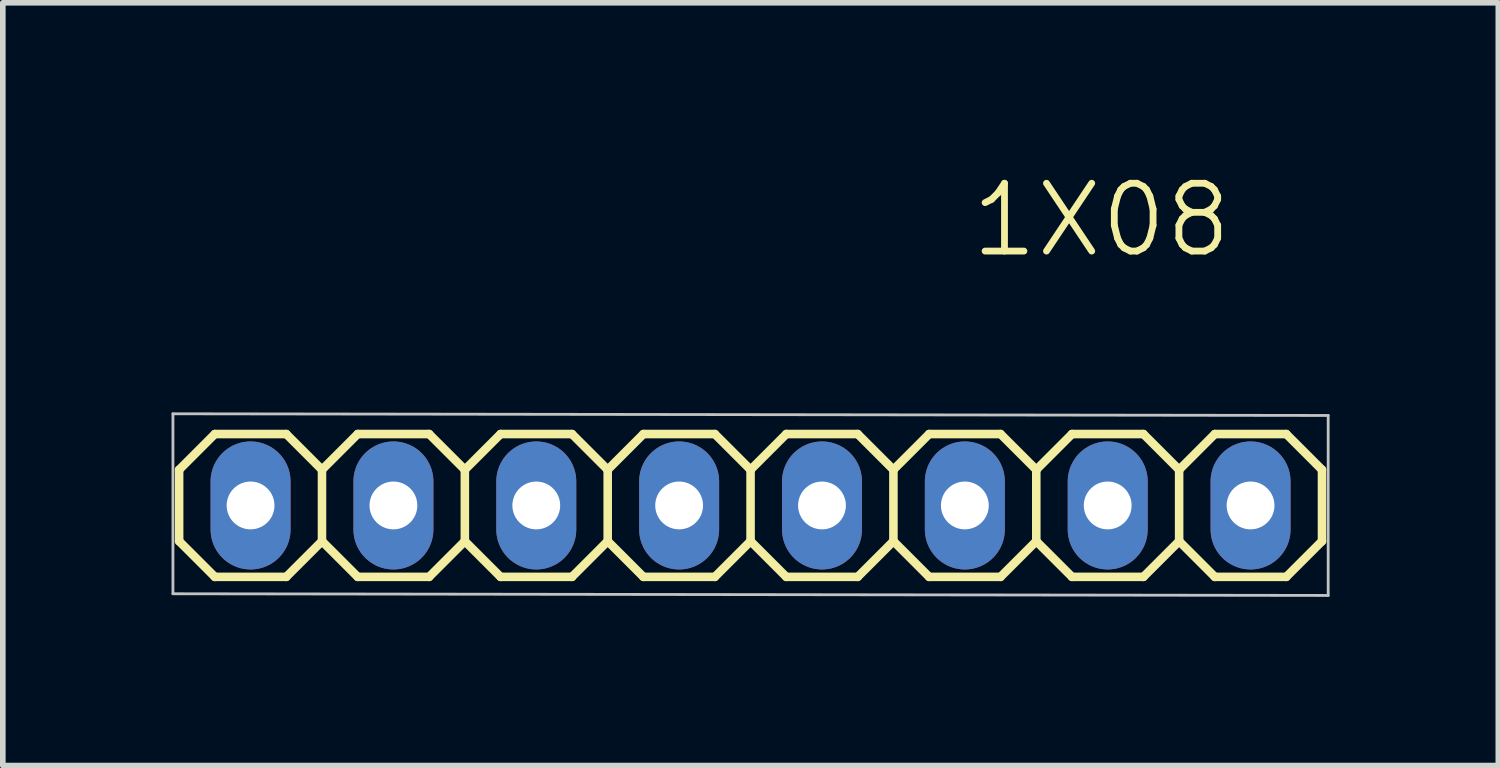
<source format=kicad_pcb>
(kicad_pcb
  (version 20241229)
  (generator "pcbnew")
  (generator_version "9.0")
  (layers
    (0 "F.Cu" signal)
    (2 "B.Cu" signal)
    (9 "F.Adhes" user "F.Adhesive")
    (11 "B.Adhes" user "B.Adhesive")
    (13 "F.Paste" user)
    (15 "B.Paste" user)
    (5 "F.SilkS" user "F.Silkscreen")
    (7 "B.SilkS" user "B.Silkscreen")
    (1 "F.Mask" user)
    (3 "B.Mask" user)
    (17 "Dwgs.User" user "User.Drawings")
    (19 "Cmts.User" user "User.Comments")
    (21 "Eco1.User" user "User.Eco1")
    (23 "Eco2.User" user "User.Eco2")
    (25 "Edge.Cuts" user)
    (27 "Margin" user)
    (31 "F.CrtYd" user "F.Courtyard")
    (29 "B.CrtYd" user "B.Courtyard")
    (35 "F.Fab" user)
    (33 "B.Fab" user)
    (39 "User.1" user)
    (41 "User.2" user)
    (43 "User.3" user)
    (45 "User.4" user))
  (footprint "1X08"
    (layer "F.Cu")
    (at 10.295 5.937)
    (property "Reference" "1X08" (at 3.861 -4.369 0) (layer "F.SilkS") (effects (font (size 1.206 1.206) (thickness 0.121)) (justify left bottom)))
    (attr through_hole)
    (fp_line (start -10.16 -0.635) (end -10.16 0.635) (stroke (width 0.152) (type solid)) (layer "F.SilkS"))
    (fp_line (start -10.16 0.635) (end -9.525 1.27) (stroke (width 0.152) (type solid)) (layer "F.SilkS"))
    (fp_line (start -9.525 -1.27) (end -10.16 -0.635) (stroke (width 0.152) (type solid)) (layer "F.SilkS"))
    (fp_line (start -9.525 -1.27) (end -8.255 -1.27) (stroke (width 0.152) (type solid)) (layer "F.SilkS"))
    (fp_line (start -8.255 -1.27) (end -7.62 -0.635) (stroke (width 0.152) (type solid)) (layer "F.SilkS"))
    (fp_line (start -8.255 1.27) (end -9.525 1.27) (stroke (width 0.152) (type solid)) (layer "F.SilkS"))
    (fp_line (start -7.62 -0.635) (end -7.62 0.635) (stroke (width 0.152) (type solid)) (layer "F.SilkS"))
    (fp_line (start -7.62 -0.635) (end -6.985 -1.27) (stroke (width 0.152) (type solid)) (layer "F.SilkS"))
    (fp_line (start -7.62 0.635) (end -8.255 1.27) (stroke (width 0.152) (type solid)) (layer "F.SilkS"))
    (fp_line (start -6.985 -1.27) (end -5.715 -1.27) (stroke (width 0.152) (type solid)) (layer "F.SilkS"))
    (fp_line (start -6.985 1.27) (end -7.62 0.635) (stroke (width 0.152) (type solid)) (layer "F.SilkS"))
    (fp_line (start -5.715 -1.27) (end -5.08 -0.635) (stroke (width 0.152) (type solid)) (layer "F.SilkS"))
    (fp_line (start -5.715 1.27) (end -6.985 1.27) (stroke (width 0.152) (type solid)) (layer "F.SilkS"))
    (fp_line (start -5.08 -0.635) (end -5.08 0.635) (stroke (width 0.152) (type solid)) (layer "F.SilkS"))
    (fp_line (start -5.08 -0.635) (end -4.445 -1.27) (stroke (width 0.152) (type solid)) (layer "F.SilkS"))
    (fp_line (start -5.08 0.635) (end -5.715 1.27) (stroke (width 0.152) (type solid)) (layer "F.SilkS"))
    (fp_line (start -4.445 -1.27) (end -3.175 -1.27) (stroke (width 0.152) (type solid)) (layer "F.SilkS"))
    (fp_line (start -4.445 1.27) (end -5.08 0.635) (stroke (width 0.152) (type solid)) (layer "F.SilkS"))
    (fp_line (start -3.175 -1.27) (end -2.54 -0.635) (stroke (width 0.152) (type solid)) (layer "F.SilkS"))
    (fp_line (start -3.175 1.27) (end -4.445 1.27) (stroke (width 0.152) (type solid)) (layer "F.SilkS"))
    (fp_line (start -2.54 -0.635) (end -2.54 0.635) (stroke (width 0.152) (type solid)) (layer "F.SilkS"))
    (fp_line (start -2.54 0.635) (end -3.175 1.27) (stroke (width 0.152) (type solid)) (layer "F.SilkS"))
    (fp_line (start -2.54 0.635) (end -1.905 1.27) (stroke (width 0.152) (type solid)) (layer "F.SilkS"))
    (fp_line (start -1.905 -1.27) (end -2.54 -0.635) (stroke (width 0.152) (type solid)) (layer "F.SilkS"))
    (fp_line (start -1.905 -1.27) (end -0.635 -1.27) (stroke (width 0.152) (type solid)) (layer "F.SilkS"))
    (fp_line (start -0.635 -1.27) (end 0 -0.635) (stroke (width 0.152) (type solid)) (layer "F.SilkS"))
    (fp_line (start -0.635 1.27) (end -1.905 1.27) (stroke (width 0.152) (type solid)) (layer "F.SilkS"))
    (fp_line (start 0 -0.635) (end 0 0.635) (stroke (width 0.152) (type solid)) (layer "F.SilkS"))
    (fp_line (start 0 -0.635) (end 0.635 -1.27) (stroke (width 0.152) (type solid)) (layer "F.SilkS"))
    (fp_line (start 0 0.635) (end -0.635 1.27) (stroke (width 0.152) (type solid)) (layer "F.SilkS"))
    (fp_line (start 0.635 -1.27) (end 1.905 -1.27) (stroke (width 0.152) (type solid)) (layer "F.SilkS"))
    (fp_line (start 0.635 1.27) (end 0 0.635) (stroke (width 0.152) (type solid)) (layer "F.SilkS"))
    (fp_line (start 1.905 -1.27) (end 2.54 -0.635) (stroke (width 0.152) (type solid)) (layer "F.SilkS"))
    (fp_line (start 1.905 1.27) (end 0.635 1.27) (stroke (width 0.152) (type solid)) (layer "F.SilkS"))
    (fp_line (start 2.54 -0.635) (end 2.54 0.635) (stroke (width 0.152) (type solid)) (layer "F.SilkS"))
    (fp_line (start 2.54 -0.635) (end 3.175 -1.27) (stroke (width 0.152) (type solid)) (layer "F.SilkS"))
    (fp_line (start 2.54 0.635) (end 1.905 1.27) (stroke (width 0.152) (type solid)) (layer "F.SilkS"))
    (fp_line (start 3.175 -1.27) (end 4.445 -1.27) (stroke (width 0.152) (type solid)) (layer "F.SilkS"))
    (fp_line (start 3.175 1.27) (end 2.54 0.635) (stroke (width 0.152) (type solid)) (layer "F.SilkS"))
    (fp_line (start 4.445 -1.27) (end 5.08 -0.635) (stroke (width 0.152) (type solid)) (layer "F.SilkS"))
    (fp_line (start 4.445 1.27) (end 3.175 1.27) (stroke (width 0.152) (type solid)) (layer "F.SilkS"))
    (fp_line (start 5.08 -0.635) (end 5.08 0.635) (stroke (width 0.152) (type solid)) (layer "F.SilkS"))
    (fp_line (start 5.08 0.635) (end 4.445 1.27) (stroke (width 0.152) (type solid)) (layer "F.SilkS"))
    (fp_line (start 5.08 0.635) (end 5.715 1.27) (stroke (width 0.152) (type solid)) (layer "F.SilkS"))
    (fp_line (start 5.715 -1.27) (end 5.08 -0.635) (stroke (width 0.152) (type solid)) (layer "F.SilkS"))
    (fp_line (start 5.715 -1.27) (end 6.985 -1.27) (stroke (width 0.152) (type solid)) (layer "F.SilkS"))
    (fp_line (start 6.985 -1.27) (end 7.62 -0.635) (stroke (width 0.152) (type solid)) (layer "F.SilkS"))
    (fp_line (start 6.985 1.27) (end 5.715 1.27) (stroke (width 0.152) (type solid)) (layer "F.SilkS"))
    (fp_line (start 7.62 -0.635) (end 7.62 0.635) (stroke (width 0.152) (type solid)) (layer "F.SilkS"))
    (fp_line (start 7.62 0.635) (end 6.985 1.27) (stroke (width 0.152) (type solid)) (layer "F.SilkS"))
    (fp_line (start 7.62 0.635) (end 8.255 1.27) (stroke (width 0.152) (type solid)) (layer "F.SilkS"))
    (fp_line (start 8.255 -1.27) (end 7.62 -0.635) (stroke (width 0.152) (type solid)) (layer "F.SilkS"))
    (fp_line (start 8.255 -1.27) (end 9.525 -1.27) (stroke (width 0.152) (type solid)) (layer "F.SilkS"))
    (fp_line (start 9.525 -1.27) (end 10.16 -0.635) (stroke (width 0.152) (type solid)) (layer "F.SilkS"))
    (fp_line (start 9.525 1.27) (end 8.255 1.27) (stroke (width 0.152) (type solid)) (layer "F.SilkS"))
    (fp_line (start 10.16 -0.635) (end 10.16 0.635) (stroke (width 0.152) (type solid)) (layer "F.SilkS"))
    (fp_line (start 10.16 0.635) (end 9.525 1.27) (stroke (width 0.152) (type solid)) (layer "F.SilkS"))
    (fp_line (start -10.27 -1.63) (end 10.27 -1.6) (stroke (width 0.05) (type solid)) (layer "Dwgs.User"))
    (fp_line (start -10.27 1.57) (end -10.27 -1.63) (stroke (width 0.05) (type solid)) (layer "Dwgs.User"))
    (fp_line (start 10.27 -1.6) (end 10.27 1.6) (stroke (width 0.05) (type solid)) (layer "Dwgs.User"))
    (fp_line (start 10.27 1.6) (end -10.27 1.57) (stroke (width 0.05) (type solid)) (layer "Dwgs.User"))
    (fp_poly (pts (xy -9.144 0.254) (xy -8.636 0.254) (xy -8.636 -0.254) (xy -9.144 -0.254)) (stroke (width 0.1) (type solid)) (fill no) (layer "F.Fab"))
    (fp_poly (pts (xy -6.604 0.254) (xy -6.096 0.254) (xy -6.096 -0.254) (xy -6.604 -0.254)) (stroke (width 0.1) (type solid)) (fill no) (layer "F.Fab"))
    (fp_poly (pts (xy -4.064 0.254) (xy -3.556 0.254) (xy -3.556 -0.254) (xy -4.064 -0.254)) (stroke (width 0.1) (type solid)) (fill no) (layer "F.Fab"))
    (fp_poly (pts (xy -1.524 0.254) (xy -1.016 0.254) (xy -1.016 -0.254) (xy -1.524 -0.254)) (stroke (width 0.1) (type solid)) (fill no) (layer "F.Fab"))
    (fp_poly (pts (xy 1.016 0.254) (xy 1.524 0.254) (xy 1.524 -0.254) (xy 1.016 -0.254)) (stroke (width 0.1) (type solid)) (fill no) (layer "F.Fab"))
    (fp_poly (pts (xy 3.556 0.254) (xy 4.064 0.254) (xy 4.064 -0.254) (xy 3.556 -0.254)) (stroke (width 0.1) (type solid)) (fill no) (layer "F.Fab"))
    (fp_poly (pts (xy 6.096 0.254) (xy 6.604 0.254) (xy 6.604 -0.254) (xy 6.096 -0.254)) (stroke (width 0.1) (type solid)) (fill no) (layer "F.Fab"))
    (fp_poly (pts (xy 8.636 0.254) (xy 9.144 0.254) (xy 9.144 -0.254) (xy 8.636 -0.254)) (stroke (width 0.1) (type solid)) (fill no) (layer "F.Fab"))
    (pad "1" thru_hole oval (at -8.89 0 90) (size 2.276 1.422) (drill 0.85) (layers "*.Cu" "*.Mask"))
    (pad "2" thru_hole oval (at -6.35 0 90) (size 2.276 1.422) (drill 0.85) (layers "*.Cu" "*.Mask"))
    (pad "3" thru_hole oval (at -3.81 0 90) (size 2.276 1.422) (drill 0.85) (layers "*.Cu" "*.Mask"))
    (pad "4" thru_hole oval (at -1.27 0 90) (size 2.276 1.422) (drill 0.85) (layers "*.Cu" "*.Mask"))
    (pad "5" thru_hole oval (at 1.27 0 90) (size 2.276 1.422) (drill 0.85) (layers "*.Cu" "*.Mask"))
    (pad "6" thru_hole oval (at 3.81 0 90) (size 2.276 1.422) (drill 0.85) (layers "*.Cu" "*.Mask"))
    (pad "7" thru_hole oval (at 6.35 0 90) (size 2.276 1.422) (drill 0.85) (layers "*.Cu" "*.Mask"))
    (pad "8" thru_hole oval (at 8.89 0 90) (size 2.276 1.422) (drill 0.85) (layers "*.Cu" "*.Mask")))
  (gr_rect
    (start -3 -3)
    (end 23.59 10.562)
    (stroke (width 0.1) (type default))
    (fill no)
    (layer "Edge.Cuts")))
</source>
